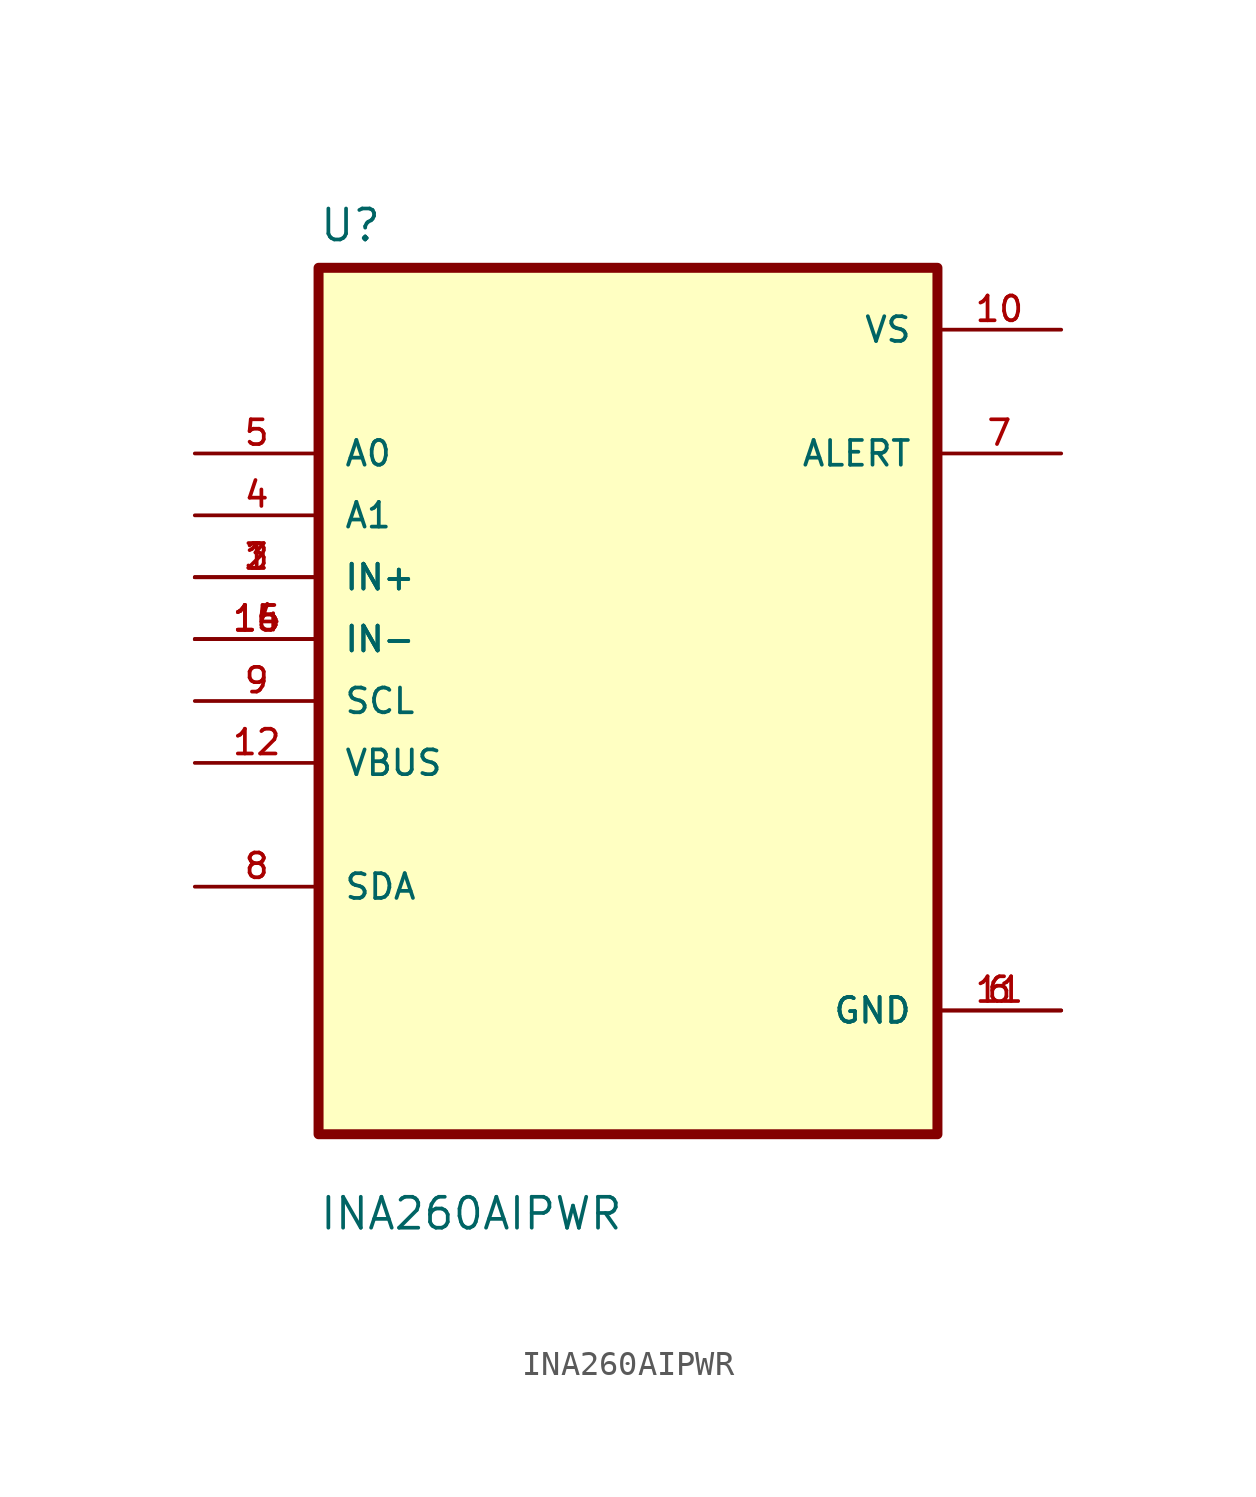
<source format=kicad_sym>
(kicad_symbol_lib
  (version 20211014)
  (generator kicad_symbol_editor)
  (symbol "INA260AIPWR"
    (pin_names
      (offset 1.016))
    (property "Reference" "U"
      (at -12.7 18.78 0.0)
      (effects (font (size 1.27 1.27)) (justify bottom left)))
    (property "Value" "INA260AIPWR"
      (at -12.7 -21.78 0.0)
      (effects (font (size 1.27 1.27)) (justify bottom left)))
    (symbol "INA260AIPWR_0_0"
      (rectangle (start -12.7 -17.78) (end 12.7 17.78) (stroke (width 0.41)) (fill (type background)))
      (pin input line (at -17.78 10.16 0) (length 5.08) (name "A0" (effects (font (size 1.016 1.016)))) (number "5" (effects (font (size 1.016 1.016)))))
      (pin input line (at -17.78 7.62 0) (length 5.08) (name "A1" (effects (font (size 1.016 1.016)))) (number "4" (effects (font (size 1.016 1.016)))))
      (pin input line (at -17.78 5.08 0) (length 5.08) (name "IN+" (effects (font (size 1.016 1.016)))) (number "1" (effects (font (size 1.016 1.016)))))
      (pin input line (at -17.78 5.08 0) (length 5.08) (name "IN+" (effects (font (size 1.016 1.016)))) (number "2" (effects (font (size 1.016 1.016)))))
      (pin input line (at -17.78 5.08 0) (length 5.08) (name "IN+" (effects (font (size 1.016 1.016)))) (number "3" (effects (font (size 1.016 1.016)))))
      (pin input line (at -17.78 2.54 0) (length 5.08) (name "IN-" (effects (font (size 1.016 1.016)))) (number "14" (effects (font (size 1.016 1.016)))))
      (pin input line (at -17.78 2.54 0) (length 5.08) (name "IN-" (effects (font (size 1.016 1.016)))) (number "15" (effects (font (size 1.016 1.016)))))
      (pin input line (at -17.78 2.54 0) (length 5.08) (name "IN-" (effects (font (size 1.016 1.016)))) (number "16" (effects (font (size 1.016 1.016)))))
      (pin input line (at -17.78 0.0 0) (length 5.08) (name "SCL" (effects (font (size 1.016 1.016)))) (number "9" (effects (font (size 1.016 1.016)))))
      (pin input line (at -17.78 -2.54 0) (length 5.08) (name "VBUS" (effects (font (size 1.016 1.016)))) (number "12" (effects (font (size 1.016 1.016)))))
      (pin bidirectional line (at -17.78 -7.62 0) (length 5.08) (name "SDA" (effects (font (size 1.016 1.016)))) (number "8" (effects (font (size 1.016 1.016)))))
      (pin power_in line (at 17.78 15.24 180.0) (length 5.08) (name "VS" (effects (font (size 1.016 1.016)))) (number "10" (effects (font (size 1.016 1.016)))))
      (pin output line (at 17.78 10.16 180.0) (length 5.08) (name "ALERT" (effects (font (size 1.016 1.016)))) (number "7" (effects (font (size 1.016 1.016)))))
      (pin power_in line (at 17.78 -12.7 180.0) (length 5.08) (name "GND" (effects (font (size 1.016 1.016)))) (number "6" (effects (font (size 1.016 1.016)))))
      (pin power_in line (at 17.78 -12.7 180.0) (length 5.08) (name "GND" (effects (font (size 1.016 1.016)))) (number "11" (effects (font (size 1.016 1.016))))))))
</source>
